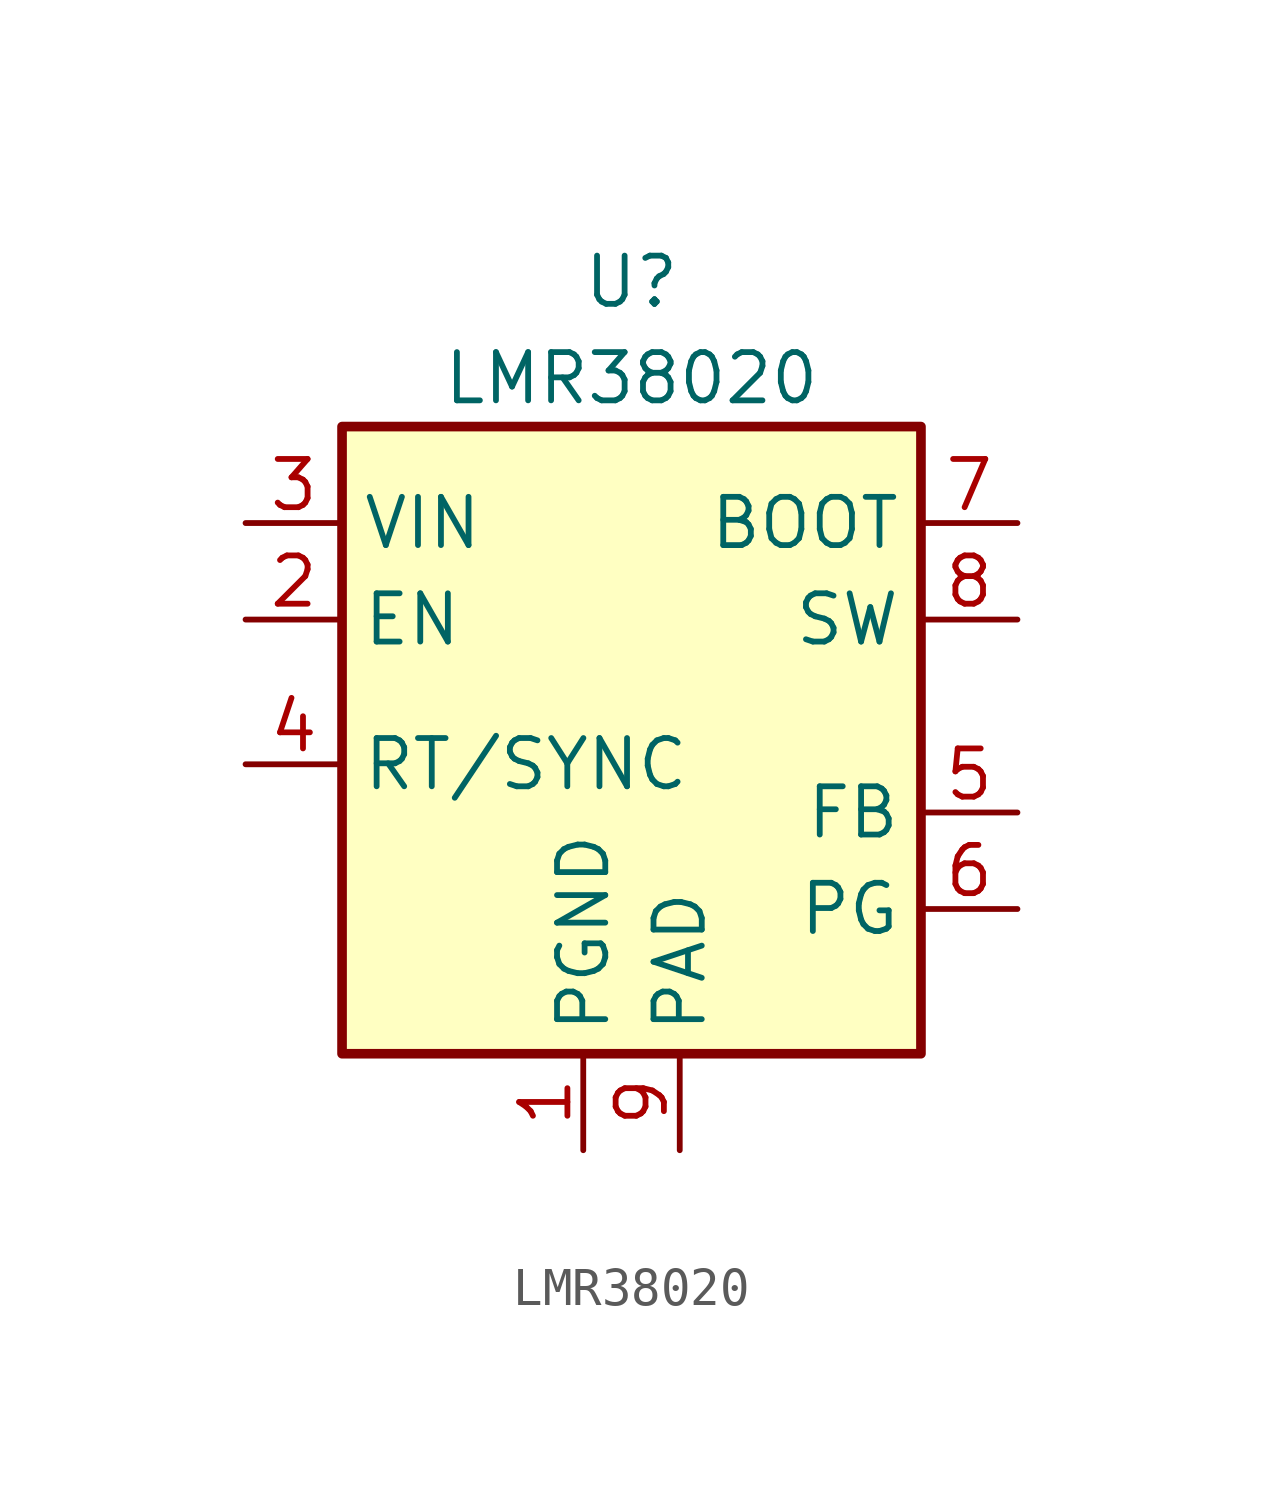
<source format=kicad_sym>
(kicad_symbol_lib
  (version 20241209)
  (generator "kicad_symbol_editor")
  (generator_version "9.0")
  (symbol "LMR38020"
    (property "Reference" "U"
      (at 0 11.43 0)
      (effects (font (size 1.27 1.27))))
    (property "Value" "LMR38020"
      (at 0 8.89 0)
      (effects (font (size 1.27 1.27))))
    (symbol "LMR38020_0_1"
      (rectangle (start -7.62 7.62) (end 7.62 -8.89) (stroke (width 0.254) (type default)) (fill (type background))))
    (symbol "LMR38020_1_1"
      (pin power_in line (at -10.16 5.08 0) (length 2.54) (name "VIN" (effects (font (size 1.27 1.27)))) (number "3" (effects (font (size 1.27 1.27)))))
      (pin input line (at -10.16 2.54 0) (length 2.54) (name "EN" (effects (font (size 1.27 1.27)))) (number "2" (effects (font (size 1.27 1.27)))))
      (pin input line (at -10.16 -1.27 0) (length 2.54) (name "RT/SYNC" (effects (font (size 1.27 1.27)))) (number "4" (effects (font (size 1.27 1.27)))))
      (pin power_in line (at -1.27 -11.43 90) (length 2.54) (name "PGND" (effects (font (size 1.27 1.27)))) (number "1" (effects (font (size 1.27 1.27)))))
      (pin power_in line (at 1.27 -11.43 90) (length 2.54) (name "PAD" (effects (font (size 1.27 1.27)))) (number "9" (effects (font (size 1.27 1.27)))))
      (pin input line (at 10.16 5.08 180) (length 2.54) (name "BOOT" (effects (font (size 1.27 1.27)))) (number "7" (effects (font (size 1.27 1.27)))))
      (pin output line (at 10.16 2.54 180) (length 2.54) (name "SW" (effects (font (size 1.27 1.27)))) (number "8" (effects (font (size 1.27 1.27)))))
      (pin input line (at 10.16 -2.54 180) (length 2.54) (name "FB" (effects (font (size 1.27 1.27)))) (number "5" (effects (font (size 1.27 1.27)))))
      (pin open_collector line (at 10.16 -5.08 180) (length 2.54) (name "PG" (effects (font (size 1.27 1.27)))) (number "6" (effects (font (size 1.27 1.27))))))))
</source>
